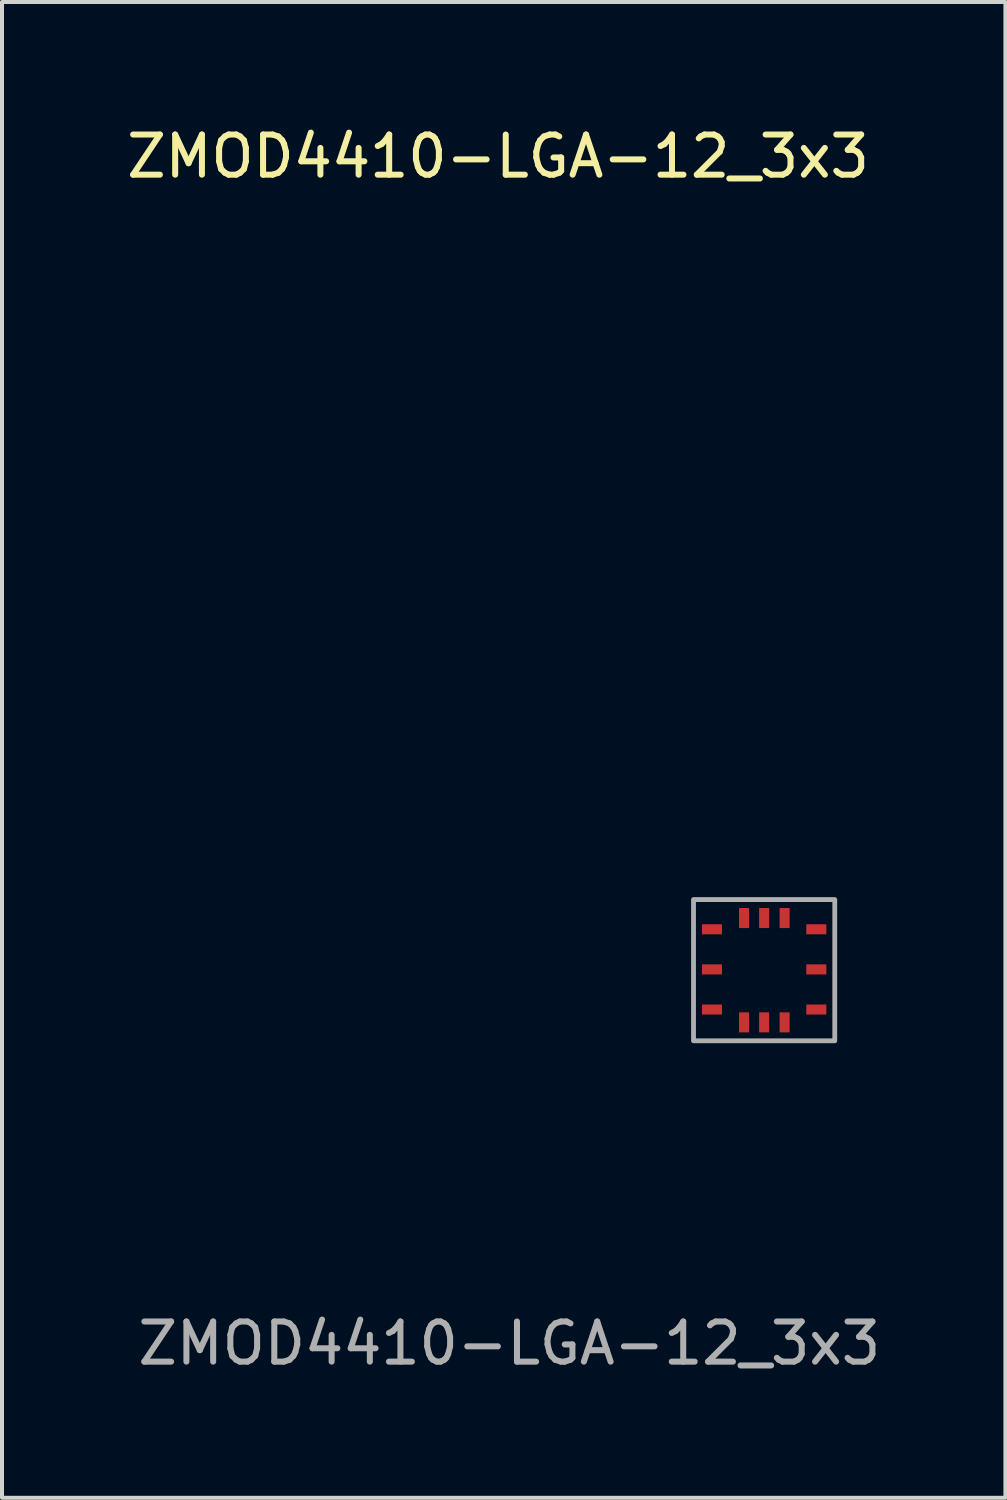
<source format=kicad_pcb>
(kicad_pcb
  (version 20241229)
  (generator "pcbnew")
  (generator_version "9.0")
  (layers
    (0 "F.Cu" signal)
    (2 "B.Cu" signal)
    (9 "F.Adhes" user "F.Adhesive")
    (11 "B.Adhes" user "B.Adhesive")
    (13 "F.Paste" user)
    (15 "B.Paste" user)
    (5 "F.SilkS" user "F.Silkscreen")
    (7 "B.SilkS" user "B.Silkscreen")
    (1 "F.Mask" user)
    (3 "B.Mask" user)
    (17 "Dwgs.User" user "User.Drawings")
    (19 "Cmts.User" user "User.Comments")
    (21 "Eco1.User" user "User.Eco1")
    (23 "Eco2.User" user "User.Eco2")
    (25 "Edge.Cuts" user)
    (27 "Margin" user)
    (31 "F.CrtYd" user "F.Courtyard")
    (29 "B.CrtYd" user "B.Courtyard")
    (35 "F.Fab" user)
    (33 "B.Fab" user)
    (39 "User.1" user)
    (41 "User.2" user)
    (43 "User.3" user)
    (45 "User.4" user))
  (footprint "ZMOD4410-LGA-12_3x3"
    (layer "F.Cu")
    (at 15.893 21.108)
    (property "Reference" "ZMOD4410-LGA-12_3x3" (at -6.53 -20.26 0) (unlocked yes) (layer "F.SilkS") (effects (font (size 1 1) (thickness 0.15))))
    (fp_rect (start -1.66 -1.74) (end 1.86 1.78) (stroke (width 0.12) (type solid)) (fill no) (layer "F.Fab"))
    (fp_text user "${REFERENCE}" (at -6.25 9.32 0) (unlocked yes) (layer "F.Fab") (effects (font (size 1 1) (thickness 0.15))))
    (pad "1" smd rect (at 0.61 1.32) (size 0.25 0.5) (layers "F.Cu" "F.Mask" "F.Paste"))
    (pad "2" smd rect (at 0.1 1.32) (size 0.25 0.5) (layers "F.Cu" "F.Mask" "F.Paste"))
    (pad "3" smd rect (at -0.4 1.32) (size 0.25 0.5) (layers "F.Cu" "F.Mask" "F.Paste"))
    (pad "4" smd rect (at -1.2 1 90) (size 0.25 0.5) (layers "F.Cu" "F.Mask" "F.Paste"))
    (pad "5" smd rect (at -1.2 0 90) (size 0.25 0.5) (layers "F.Cu" "F.Mask" "F.Paste"))
    (pad "6" smd rect (at -1.2 -1 90) (size 0.25 0.5) (layers "F.Cu" "F.Mask" "F.Paste"))
    (pad "7" smd rect (at -0.4 -1.28) (size 0.25 0.5) (layers "F.Cu" "F.Mask" "F.Paste"))
    (pad "8" smd rect (at 0.1 -1.28) (size 0.25 0.5) (layers "F.Cu" "F.Mask" "F.Paste"))
    (pad "9" smd rect (at 0.61 -1.28) (size 0.25 0.5) (layers "F.Cu" "F.Mask" "F.Paste"))
    (pad "10" smd rect (at 1.4 -1 90) (size 0.25 0.5) (layers "F.Cu" "F.Mask" "F.Paste"))
    (pad "11" smd rect (at 1.4 0 90) (size 0.25 0.5) (layers "F.Cu" "F.Mask" "F.Paste"))
    (pad "12" smd rect (at 1.4 1 90) (size 0.25 0.5) (layers "F.Cu" "F.Mask" "F.Paste")))
  (gr_rect
    (start -3 -3)
    (end 22.006 34.276)
    (stroke (width 0.1) (type default))
    (fill no)
    (layer "Edge.Cuts")))
</source>
